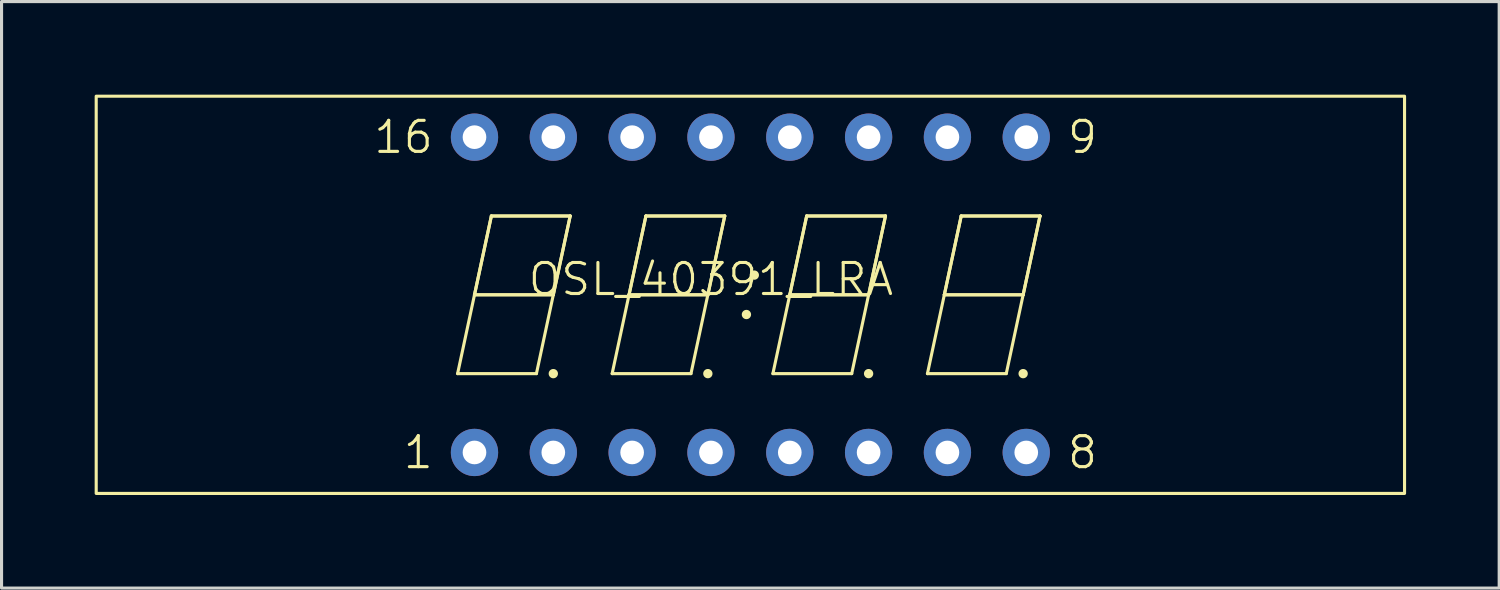
<source format=kicad_pcb>
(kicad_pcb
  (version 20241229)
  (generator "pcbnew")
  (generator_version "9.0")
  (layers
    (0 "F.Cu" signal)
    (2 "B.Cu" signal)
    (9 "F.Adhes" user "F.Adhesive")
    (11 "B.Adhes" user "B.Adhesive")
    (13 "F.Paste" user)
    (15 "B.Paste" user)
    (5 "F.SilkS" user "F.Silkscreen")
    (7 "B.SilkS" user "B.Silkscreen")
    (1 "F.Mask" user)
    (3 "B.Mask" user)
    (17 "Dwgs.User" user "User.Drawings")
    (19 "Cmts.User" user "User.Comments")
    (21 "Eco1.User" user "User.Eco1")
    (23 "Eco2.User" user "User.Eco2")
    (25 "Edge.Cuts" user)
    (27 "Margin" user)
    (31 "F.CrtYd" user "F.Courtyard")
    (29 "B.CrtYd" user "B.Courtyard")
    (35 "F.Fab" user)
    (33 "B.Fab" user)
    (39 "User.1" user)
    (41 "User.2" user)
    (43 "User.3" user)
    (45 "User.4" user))
  (footprint "OSL_40391_LRA"
    (layer "F.Cu")
    (at 21.13 6.45)
    (property "Reference" "OSL_40391_LRA" (at -1.27 -0.5 0) (unlocked yes) (layer "F.SilkS") (effects (font (size 1 1) (thickness 0.1))))
    (attr through_hole)
    (fp_line (start -9.434 2.54) (end -6.894 2.54) (stroke (width 0.1) (type default)) (layer "F.SilkS"))
    (fp_line (start -8.89 0) (end -9.434 2.54) (stroke (width 0.1) (type default)) (layer "F.SilkS"))
    (fp_line (start -8.89 0) (end -6.35 0) (stroke (width 0.1) (type default)) (layer "F.SilkS"))
    (fp_line (start -8.89 0) (end -6.35 0) (stroke (width 0.1) (type default)) (layer "F.SilkS"))
    (fp_line (start -8.346 -2.54) (end -8.89 0) (stroke (width 0.1) (type default)) (layer "F.SilkS"))
    (fp_line (start -8.346 -2.54) (end -8.89 0) (stroke (width 0.1) (type default)) (layer "F.SilkS"))
    (fp_line (start -8.346 -2.54) (end -5.806 -2.54) (stroke (width 0.1) (type default)) (layer "F.SilkS"))
    (fp_line (start -8.346 -2.54) (end -5.806 -2.54) (stroke (width 0.1) (type default)) (layer "F.SilkS"))
    (fp_line (start -6.35 0) (end -6.894 2.54) (stroke (width 0.1) (type default)) (layer "F.SilkS"))
    (fp_line (start -5.806 -2.54) (end -6.35 0) (stroke (width 0.1) (type default)) (layer "F.SilkS"))
    (fp_line (start -5.806 -2.54) (end -6.35 0) (stroke (width 0.1) (type default)) (layer "F.SilkS"))
    (fp_line (start -4.454 2.54) (end -1.914 2.54) (stroke (width 0.1) (type default)) (layer "F.SilkS"))
    (fp_line (start -3.91 0) (end -4.454 2.54) (stroke (width 0.1) (type default)) (layer "F.SilkS"))
    (fp_line (start -3.91 0) (end -1.37 0) (stroke (width 0.1) (type default)) (layer "F.SilkS"))
    (fp_line (start -3.91 0) (end -1.37 0) (stroke (width 0.1) (type default)) (layer "F.SilkS"))
    (fp_line (start -3.366 -2.54) (end -3.91 0) (stroke (width 0.1) (type default)) (layer "F.SilkS"))
    (fp_line (start -3.366 -2.54) (end -3.91 0) (stroke (width 0.1) (type default)) (layer "F.SilkS"))
    (fp_line (start -3.366 -2.54) (end -0.826 -2.54) (stroke (width 0.1) (type default)) (layer "F.SilkS"))
    (fp_line (start -3.366 -2.54) (end -0.826 -2.54) (stroke (width 0.1) (type default)) (layer "F.SilkS"))
    (fp_line (start -1.37 0) (end -1.914 2.54) (stroke (width 0.1) (type default)) (layer "F.SilkS"))
    (fp_line (start -0.826 -2.54) (end -1.37 0) (stroke (width 0.1) (type default)) (layer "F.SilkS"))
    (fp_line (start -0.826 -2.54) (end -1.37 0) (stroke (width 0.1) (type default)) (layer "F.SilkS"))
    (fp_line (start 0.726 2.54) (end 3.266 2.54) (stroke (width 0.1) (type default)) (layer "F.SilkS"))
    (fp_line (start 1.27 0) (end 0.726 2.54) (stroke (width 0.1) (type default)) (layer "F.SilkS"))
    (fp_line (start 1.27 0) (end 3.81 0) (stroke (width 0.1) (type default)) (layer "F.SilkS"))
    (fp_line (start 1.27 0) (end 3.81 0) (stroke (width 0.1) (type default)) (layer "F.SilkS"))
    (fp_line (start 1.814 -2.54) (end 1.27 0) (stroke (width 0.1) (type default)) (layer "F.SilkS"))
    (fp_line (start 1.814 -2.54) (end 1.27 0) (stroke (width 0.1) (type default)) (layer "F.SilkS"))
    (fp_line (start 1.814 -2.54) (end 4.354 -2.54) (stroke (width 0.1) (type default)) (layer "F.SilkS"))
    (fp_line (start 1.814 -2.54) (end 4.354 -2.54) (stroke (width 0.1) (type default)) (layer "F.SilkS"))
    (fp_line (start 3.81 0) (end 3.266 2.54) (stroke (width 0.1) (type default)) (layer "F.SilkS"))
    (fp_line (start 4.354 -2.54) (end 3.81 0) (stroke (width 0.1) (type default)) (layer "F.SilkS"))
    (fp_line (start 4.354 -2.54) (end 3.81 0) (stroke (width 0.1) (type default)) (layer "F.SilkS"))
    (fp_line (start 5.706 2.54) (end 8.246 2.54) (stroke (width 0.1) (type default)) (layer "F.SilkS"))
    (fp_line (start 6.25 0) (end 5.706 2.54) (stroke (width 0.1) (type default)) (layer "F.SilkS"))
    (fp_line (start 6.25 0) (end 8.79 0) (stroke (width 0.1) (type default)) (layer "F.SilkS"))
    (fp_line (start 6.25 0) (end 8.79 0) (stroke (width 0.1) (type default)) (layer "F.SilkS"))
    (fp_line (start 6.794 -2.54) (end 6.25 0) (stroke (width 0.1) (type default)) (layer "F.SilkS"))
    (fp_line (start 6.794 -2.54) (end 6.25 0) (stroke (width 0.1) (type default)) (layer "F.SilkS"))
    (fp_line (start 6.794 -2.54) (end 9.334 -2.54) (stroke (width 0.1) (type default)) (layer "F.SilkS"))
    (fp_line (start 6.794 -2.54) (end 9.334 -2.54) (stroke (width 0.1) (type default)) (layer "F.SilkS"))
    (fp_line (start 8.79 0) (end 8.246 2.54) (stroke (width 0.1) (type default)) (layer "F.SilkS"))
    (fp_line (start 9.334 -2.54) (end 8.79 0) (stroke (width 0.1) (type default)) (layer "F.SilkS"))
    (fp_line (start 9.334 -2.54) (end 8.79 0) (stroke (width 0.1) (type default)) (layer "F.SilkS"))
    (fp_rect (start -21.08 -6.4) (end 21.08 6.4) (stroke (width 0.1) (type solid)) (fill no) (layer "F.SilkS"))
    (fp_circle (center -6.35 2.54) (end -6.25 2.54) (stroke (width 0.1) (type solid)) (fill yes) (layer "F.SilkS"))
    (fp_circle (center -1.37 2.54) (end -1.27 2.54) (stroke (width 0.1) (type solid)) (fill yes) (layer "F.SilkS"))
    (fp_circle (center -0.127 0.635) (end -0.027 0.635) (stroke (width 0.1) (type solid)) (fill yes) (layer "F.SilkS"))
    (fp_circle (center 0.127 -0.635) (end 0.227 -0.635) (stroke (width 0.1) (type solid)) (fill yes) (layer "F.SilkS"))
    (fp_circle (center 3.81 2.54) (end 3.91 2.54) (stroke (width 0.1) (type solid)) (fill yes) (layer "F.SilkS"))
    (fp_circle (center 8.79 2.54) (end 8.89 2.54) (stroke (width 0.1) (type solid)) (fill yes) (layer "F.SilkS"))
    (fp_text user "9" (at 10.16 -5.08 0) (unlocked yes) (layer "F.SilkS") (effects (font (size 1 1) (thickness 0.1)) (justify left)))
    (fp_text user "8" (at 10.16 5.08 0) (unlocked yes) (layer "F.SilkS") (effects (font (size 1 1) (thickness 0.1)) (justify left)))
    (fp_text user "1" (at -10.16 5.08 0) (unlocked yes) (layer "F.SilkS") (effects (font (size 1 1) (thickness 0.1)) (justify right)))
    (fp_text user "16" (at -10.16 -5.08 0) (unlocked yes) (layer "F.SilkS") (effects (font (size 1 1) (thickness 0.1)) (justify right)))
    (pad "1" thru_hole circle (at -8.89 5.08) (size 1.524 1.524) (drill 0.762) (layers "*.Cu" "*.Mask"))
    (pad "2" thru_hole circle (at -6.35 5.08) (size 1.524 1.524) (drill 0.762) (layers "*.Cu" "*.Mask"))
    (pad "3" thru_hole circle (at -3.81 5.08) (size 1.524 1.524) (drill 0.762) (layers "*.Cu" "*.Mask"))
    (pad "4" thru_hole circle (at -1.27 5.08) (size 1.524 1.524) (drill 0.762) (layers "*.Cu" "*.Mask"))
    (pad "5" thru_hole circle (at 1.27 5.08) (size 1.524 1.524) (drill 0.762) (layers "*.Cu" "*.Mask"))
    (pad "6" thru_hole circle (at 3.81 5.08) (size 1.524 1.524) (drill 0.762) (layers "*.Cu" "*.Mask"))
    (pad "7" thru_hole circle (at 6.35 5.08) (size 1.524 1.524) (drill 0.762) (layers "*.Cu" "*.Mask"))
    (pad "8" thru_hole circle (at 8.89 5.08) (size 1.524 1.524) (drill 0.762) (layers "*.Cu" "*.Mask"))
    (pad "9" thru_hole circle (at 8.89 -5.08) (size 1.524 1.524) (drill 0.762) (layers "*.Cu" "*.Mask"))
    (pad "10" thru_hole circle (at 6.35 -5.08) (size 1.524 1.524) (drill 0.762) (layers "*.Cu" "*.Mask"))
    (pad "11" thru_hole circle (at 3.81 -5.08) (size 1.524 1.524) (drill 0.762) (layers "*.Cu" "*.Mask"))
    (pad "12" thru_hole circle (at 1.27 -5.08) (size 1.524 1.524) (drill 0.762) (layers "*.Cu" "*.Mask"))
    (pad "13" thru_hole circle (at -1.27 -5.08) (size 1.524 1.524) (drill 0.762) (layers "*.Cu" "*.Mask"))
    (pad "14" thru_hole circle (at -3.81 -5.08) (size 1.524 1.524) (drill 0.762) (layers "*.Cu" "*.Mask"))
    (pad "15" thru_hole circle (at -6.35 -5.08) (size 1.524 1.524) (drill 0.762) (layers "*.Cu" "*.Mask"))
    (pad "16" thru_hole circle (at -8.89 -5.08) (size 1.524 1.524) (drill 0.762) (layers "*.Cu" "*.Mask")))
  (gr_rect
    (start -3 -3)
    (end 45.26 15.9)
    (stroke (width 0.1) (type default))
    (fill no)
    (layer "Edge.Cuts")))
</source>
